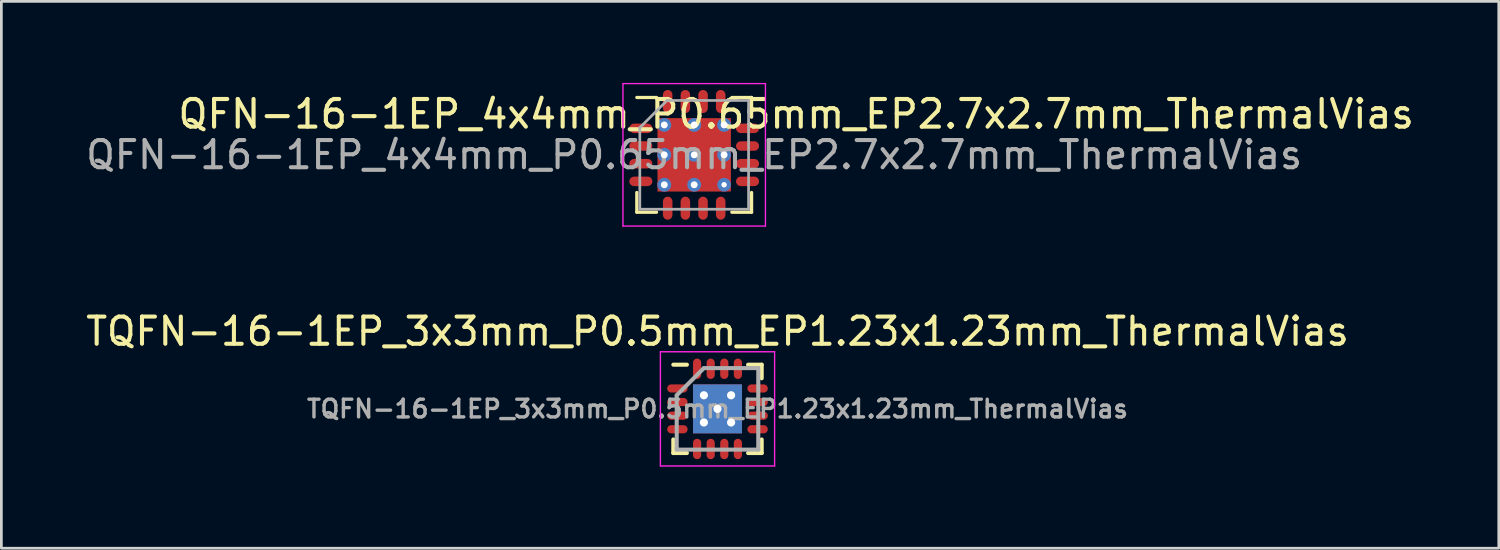
<source format=kicad_pcb>
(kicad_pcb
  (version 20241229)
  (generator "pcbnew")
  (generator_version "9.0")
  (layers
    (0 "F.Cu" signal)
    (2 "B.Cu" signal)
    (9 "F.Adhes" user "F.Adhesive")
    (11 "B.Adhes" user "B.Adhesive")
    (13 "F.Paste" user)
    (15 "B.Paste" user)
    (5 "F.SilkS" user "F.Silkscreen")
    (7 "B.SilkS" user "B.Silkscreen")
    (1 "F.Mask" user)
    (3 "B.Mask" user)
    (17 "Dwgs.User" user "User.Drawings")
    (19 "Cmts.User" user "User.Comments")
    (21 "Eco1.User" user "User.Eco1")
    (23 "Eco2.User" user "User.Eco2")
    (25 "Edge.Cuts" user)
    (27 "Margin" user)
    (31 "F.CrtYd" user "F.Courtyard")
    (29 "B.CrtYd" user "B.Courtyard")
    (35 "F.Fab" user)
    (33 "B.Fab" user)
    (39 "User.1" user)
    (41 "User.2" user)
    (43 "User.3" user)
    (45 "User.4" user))
  (footprint "TQFN-16-1EP_3x3mm_P0.5mm_EP1.23x1.23mm_ThermalVias"
    (layer "F.Cu")
    (at 23.339 11.988)
    (property "Reference" "TQFN-16-1EP_3x3mm_P0.5mm_EP1.23x1.23mm_ThermalVias" (at 0 -2.85 0) (layer "F.SilkS") (effects (font (size 1 1) (thickness 0.15))))
    (attr smd)
    (fp_line (start -1.625 -1.625) (end -1.125 -1.625) (stroke (width 0.15) (type solid)) (layer "F.SilkS"))
    (fp_line (start -1.625 1.625) (end -1.625 1.125) (stroke (width 0.15) (type solid)) (layer "F.SilkS"))
    (fp_line (start -1.625 1.625) (end -1.125 1.625) (stroke (width 0.15) (type solid)) (layer "F.SilkS"))
    (fp_line (start 1.625 -1.625) (end 1.125 -1.625) (stroke (width 0.15) (type solid)) (layer "F.SilkS"))
    (fp_line (start 1.625 -1.625) (end 1.625 -1.125) (stroke (width 0.15) (type solid)) (layer "F.SilkS"))
    (fp_line (start 1.625 1.625) (end 1.125 1.625) (stroke (width 0.15) (type solid)) (layer "F.SilkS"))
    (fp_line (start 1.625 1.625) (end 1.625 1.125) (stroke (width 0.15) (type solid)) (layer "F.SilkS"))
    (fp_line (start -2.1 -2.1) (end -2.1 2.1) (stroke (width 0.05) (type solid)) (layer "F.CrtYd"))
    (fp_line (start -2.1 -2.1) (end 2.1 -2.1) (stroke (width 0.05) (type solid)) (layer "F.CrtYd"))
    (fp_line (start -2.1 2.1) (end 2.1 2.1) (stroke (width 0.05) (type solid)) (layer "F.CrtYd"))
    (fp_line (start 2.1 -2.1) (end 2.1 2.1) (stroke (width 0.05) (type solid)) (layer "F.CrtYd"))
    (fp_line (start -1.5 -0.5) (end -0.5 -1.5) (stroke (width 0.15) (type solid)) (layer "F.Fab"))
    (fp_line (start -1.5 1.5) (end -1.5 -0.5) (stroke (width 0.15) (type solid)) (layer "F.Fab"))
    (fp_line (start -0.5 -1.5) (end 1.5 -1.5) (stroke (width 0.15) (type solid)) (layer "F.Fab"))
    (fp_line (start 1.5 -1.5) (end 1.5 1.5) (stroke (width 0.15) (type solid)) (layer "F.Fab"))
    (fp_line (start 1.5 1.5) (end -1.5 1.5) (stroke (width 0.15) (type solid)) (layer "F.Fab"))
    (fp_text user "${REFERENCE}" (at 0 0 0) (layer "F.Fab") (effects (font (size 0.65 0.65) (thickness 0.125))))
    (pad "" smd rect (at -0.5 -0.5) (size 0.73 0.73) (layers "F.Paste"))
    (pad "" smd rect (at -0.5 0.5) (size 0.73 0.73) (layers "F.Paste"))
    (pad "" smd rect (at 0.5 -0.5) (size 0.73 0.73) (layers "F.Paste"))
    (pad "" smd rect (at 0.5 0.5) (size 0.73 0.73) (layers "F.Paste"))
    (pad "1" smd oval (at -1.475 -0.75) (size 0.75 0.3) (layers "F.Cu" "F.Mask" "F.Paste"))
    (pad "2" smd oval (at -1.475 -0.25) (size 0.75 0.3) (layers "F.Cu" "F.Mask" "F.Paste"))
    (pad "3" smd oval (at -1.475 0.25) (size 0.75 0.3) (layers "F.Cu" "F.Mask" "F.Paste"))
    (pad "4" smd oval (at -1.475 0.75) (size 0.75 0.3) (layers "F.Cu" "F.Mask" "F.Paste"))
    (pad "5" smd oval (at -0.75 1.475 90) (size 0.75 0.3) (layers "F.Cu" "F.Mask" "F.Paste"))
    (pad "6" smd oval (at -0.25 1.475 90) (size 0.75 0.3) (layers "F.Cu" "F.Mask" "F.Paste"))
    (pad "7" smd oval (at 0.25 1.475 90) (size 0.75 0.3) (layers "F.Cu" "F.Mask" "F.Paste"))
    (pad "8" smd oval (at 0.75 1.475 90) (size 0.75 0.3) (layers "F.Cu" "F.Mask" "F.Paste"))
    (pad "9" smd oval (at 1.475 0.75) (size 0.75 0.3) (layers "F.Cu" "F.Mask" "F.Paste"))
    (pad "10" smd oval (at 1.475 0.25) (size 0.75 0.3) (layers "F.Cu" "F.Mask" "F.Paste"))
    (pad "11" smd oval (at 1.475 -0.25) (size 0.75 0.3) (layers "F.Cu" "F.Mask" "F.Paste"))
    (pad "12" smd oval (at 1.475 -0.75) (size 0.75 0.3) (layers "F.Cu" "F.Mask" "F.Paste"))
    (pad "13" smd oval (at 0.75 -1.475 90) (size 0.75 0.3) (layers "F.Cu" "F.Mask" "F.Paste"))
    (pad "14" smd oval (at 0.25 -1.475 90) (size 0.75 0.3) (layers "F.Cu" "F.Mask" "F.Paste"))
    (pad "15" smd oval (at -0.25 -1.475 90) (size 0.75 0.3) (layers "F.Cu" "F.Mask" "F.Paste"))
    (pad "16" smd oval (at -0.75 -1.475 90) (size 0.75 0.3) (layers "F.Cu" "F.Mask" "F.Paste"))
    (pad "17" thru_hole circle (at -0.5 -0.5) (size 0.6 0.6) (drill 0.3) (layers "*.Cu"))
    (pad "17" thru_hole circle (at -0.5 0.5) (size 0.6 0.6) (drill 0.3) (layers "*.Cu"))
    (pad "17" thru_hole circle (at 0 0) (size 0.6 0.6) (drill 0.3) (layers "*.Cu"))
    (pad "17" smd rect (at 0 0) (size 1.8 1.8) (layers "F.Cu" "F.Mask"))
    (pad "17" smd rect (at 0 0) (size 1.8 1.8) (layers "B.Cu"))
    (pad "17" thru_hole circle (at 0.5 -0.5) (size 0.6 0.6) (drill 0.3) (layers "*.Cu"))
    (pad "17" thru_hole circle (at 0.5 0.5) (size 0.6 0.6) (drill 0.3) (layers "*.Cu")))
  (footprint "QFN-16-1EP_4x4mm_P0.65mm_EP2.7x2.7mm_ThermalVias"
    (layer "F.Cu")
    (at 22.482 2.645)
    (property "Reference" "QFN-16-1EP_4x4mm_P0.65mm_EP2.7x2.7mm_ThermalVias" (at 3.75 -1.5 0) (layer "F.SilkS") (effects (font (size 1.016 1.016) (thickness 0.152))))
    (attr smd)
    (fp_line (start -2.11 2.11) (end -2.11 1.385) (stroke (width 0.12) (type solid)) (layer "F.SilkS"))
    (fp_line (start -1.385 -2.11) (end -2.11 -2.11) (stroke (width 0.12) (type solid)) (layer "F.SilkS"))
    (fp_line (start -1.385 2.11) (end -2.11 2.11) (stroke (width 0.12) (type solid)) (layer "F.SilkS"))
    (fp_line (start 1.385 -2.11) (end 2.11 -2.11) (stroke (width 0.12) (type solid)) (layer "F.SilkS"))
    (fp_line (start 1.385 2.11) (end 2.11 2.11) (stroke (width 0.12) (type solid)) (layer "F.SilkS"))
    (fp_line (start 2.11 -2.11) (end 2.11 -1.385) (stroke (width 0.12) (type solid)) (layer "F.SilkS"))
    (fp_line (start 2.11 2.11) (end 2.11 1.385) (stroke (width 0.12) (type solid)) (layer "F.SilkS"))
    (fp_line (start -2.62 -2.62) (end -2.62 2.62) (stroke (width 0.05) (type solid)) (layer "F.CrtYd"))
    (fp_line (start -2.62 2.62) (end 2.62 2.62) (stroke (width 0.05) (type solid)) (layer "F.CrtYd"))
    (fp_line (start 2.62 -2.62) (end -2.62 -2.62) (stroke (width 0.05) (type solid)) (layer "F.CrtYd"))
    (fp_line (start 2.62 2.62) (end 2.62 -2.62) (stroke (width 0.05) (type solid)) (layer "F.CrtYd"))
    (fp_line (start -2 -1) (end -1 -2) (stroke (width 0.1) (type solid)) (layer "F.Fab"))
    (fp_line (start -2 2) (end -2 -1) (stroke (width 0.1) (type solid)) (layer "F.Fab"))
    (fp_line (start -1 -2) (end 2 -2) (stroke (width 0.1) (type solid)) (layer "F.Fab"))
    (fp_line (start 2 -2) (end 2 2) (stroke (width 0.1) (type solid)) (layer "F.Fab"))
    (fp_line (start 2 2) (end -2 2) (stroke (width 0.1) (type solid)) (layer "F.Fab"))
    (fp_text user "${REFERENCE}" (at 0 0 0) (layer "F.Fab") (effects (font (size 1 1) (thickness 0.15))))
    (pad "" smd roundrect (at -0.675 -0.675) (size 1.1 1.1) (layers "F.Paste") (roundrect_rratio 0.214))
    (pad "" smd roundrect (at -0.675 0.675) (size 1.1 1.1) (layers "F.Paste") (roundrect_rratio 0.214))
    (pad "" smd roundrect (at 0.675 -0.675) (size 1.1 1.1) (layers "F.Paste") (roundrect_rratio 0.214))
    (pad "" smd roundrect (at 0.675 0.675) (size 1.1 1.1) (layers "F.Paste") (roundrect_rratio 0.214))
    (pad "1" smd roundrect (at -1.962 -0.975) (size 0.85 0.35) (layers "F.Cu" "F.Mask" "F.Paste") (roundrect_rratio 0.5))
    (pad "2" smd roundrect (at -1.962 -0.325) (size 0.85 0.35) (layers "F.Cu" "F.Mask" "F.Paste") (roundrect_rratio 0.5))
    (pad "3" smd roundrect (at -1.962 0.325) (size 0.85 0.35) (layers "F.Cu" "F.Mask" "F.Paste") (roundrect_rratio 0.5))
    (pad "4" smd roundrect (at -1.962 0.975) (size 0.85 0.35) (layers "F.Cu" "F.Mask" "F.Paste") (roundrect_rratio 0.5))
    (pad "5" smd roundrect (at -0.975 1.962) (size 0.35 0.85) (layers "F.Cu" "F.Mask" "F.Paste") (roundrect_rratio 0.5))
    (pad "6" smd roundrect (at -0.325 1.962) (size 0.35 0.85) (layers "F.Cu" "F.Mask" "F.Paste") (roundrect_rratio 0.5))
    (pad "7" smd roundrect (at 0.325 1.962) (size 0.35 0.85) (layers "F.Cu" "F.Mask" "F.Paste") (roundrect_rratio 0.5))
    (pad "8" smd roundrect (at 0.975 1.962) (size 0.35 0.85) (layers "F.Cu" "F.Mask" "F.Paste") (roundrect_rratio 0.5))
    (pad "9" smd roundrect (at 1.962 0.975) (size 0.85 0.35) (layers "F.Cu" "F.Mask" "F.Paste") (roundrect_rratio 0.5))
    (pad "10" smd roundrect (at 1.962 0.325) (size 0.85 0.35) (layers "F.Cu" "F.Mask" "F.Paste") (roundrect_rratio 0.5))
    (pad "11" smd roundrect (at 1.962 -0.325) (size 0.85 0.35) (layers "F.Cu" "F.Mask" "F.Paste") (roundrect_rratio 0.5))
    (pad "12" smd roundrect (at 1.962 -0.975) (size 0.85 0.35) (layers "F.Cu" "F.Mask" "F.Paste") (roundrect_rratio 0.5))
    (pad "13" smd roundrect (at 0.975 -1.962) (size 0.35 0.85) (layers "F.Cu" "F.Mask" "F.Paste") (roundrect_rratio 0.5))
    (pad "14" smd roundrect (at 0.325 -1.962) (size 0.35 0.85) (layers "F.Cu" "F.Mask" "F.Paste") (roundrect_rratio 0.5))
    (pad "15" smd roundrect (at -0.325 -1.962) (size 0.35 0.85) (layers "F.Cu" "F.Mask" "F.Paste") (roundrect_rratio 0.5))
    (pad "16" smd roundrect (at -0.975 -1.962) (size 0.35 0.85) (layers "F.Cu" "F.Mask" "F.Paste") (roundrect_rratio 0.5))
    (pad "17" thru_hole circle (at -1.1 -1.1) (size 0.508 0.508) (drill 0.254) (layers "*.Cu"))
    (pad "17" thru_hole circle (at -1.1 0) (size 0.508 0.508) (drill 0.254) (layers "*.Cu"))
    (pad "17" thru_hole circle (at -1.1 1.1) (size 0.508 0.508) (drill 0.254) (layers "*.Cu"))
    (pad "17" thru_hole circle (at 0 -1.1) (size 0.508 0.508) (drill 0.254) (layers "*.Cu"))
    (pad "17" thru_hole circle (at 0 0) (size 0.508 0.508) (drill 0.254) (layers "*.Cu"))
    (pad "17" smd rect (at 0 0) (size 2.7 2.7) (layers "F.Cu" "F.Mask"))
    (pad "17" thru_hole circle (at 0 1.1) (size 0.508 0.508) (drill 0.254) (layers "*.Cu"))
    (pad "17" thru_hole circle (at 1.1 -1.1) (size 0.508 0.508) (drill 0.254) (layers "*.Cu"))
    (pad "17" thru_hole circle (at 1.1 0) (size 0.508 0.508) (drill 0.254) (layers "*.Cu"))
    (pad "17" thru_hole circle (at 1.1 1.1) (size 0.5 0.5) (drill 0.2) (layers "*.Cu")))
  (gr_rect
    (start -3 -3)
    (end 52.074 17.113)
    (stroke (width 0.1) (type default))
    (fill no)
    (layer "Edge.Cuts")))
</source>
